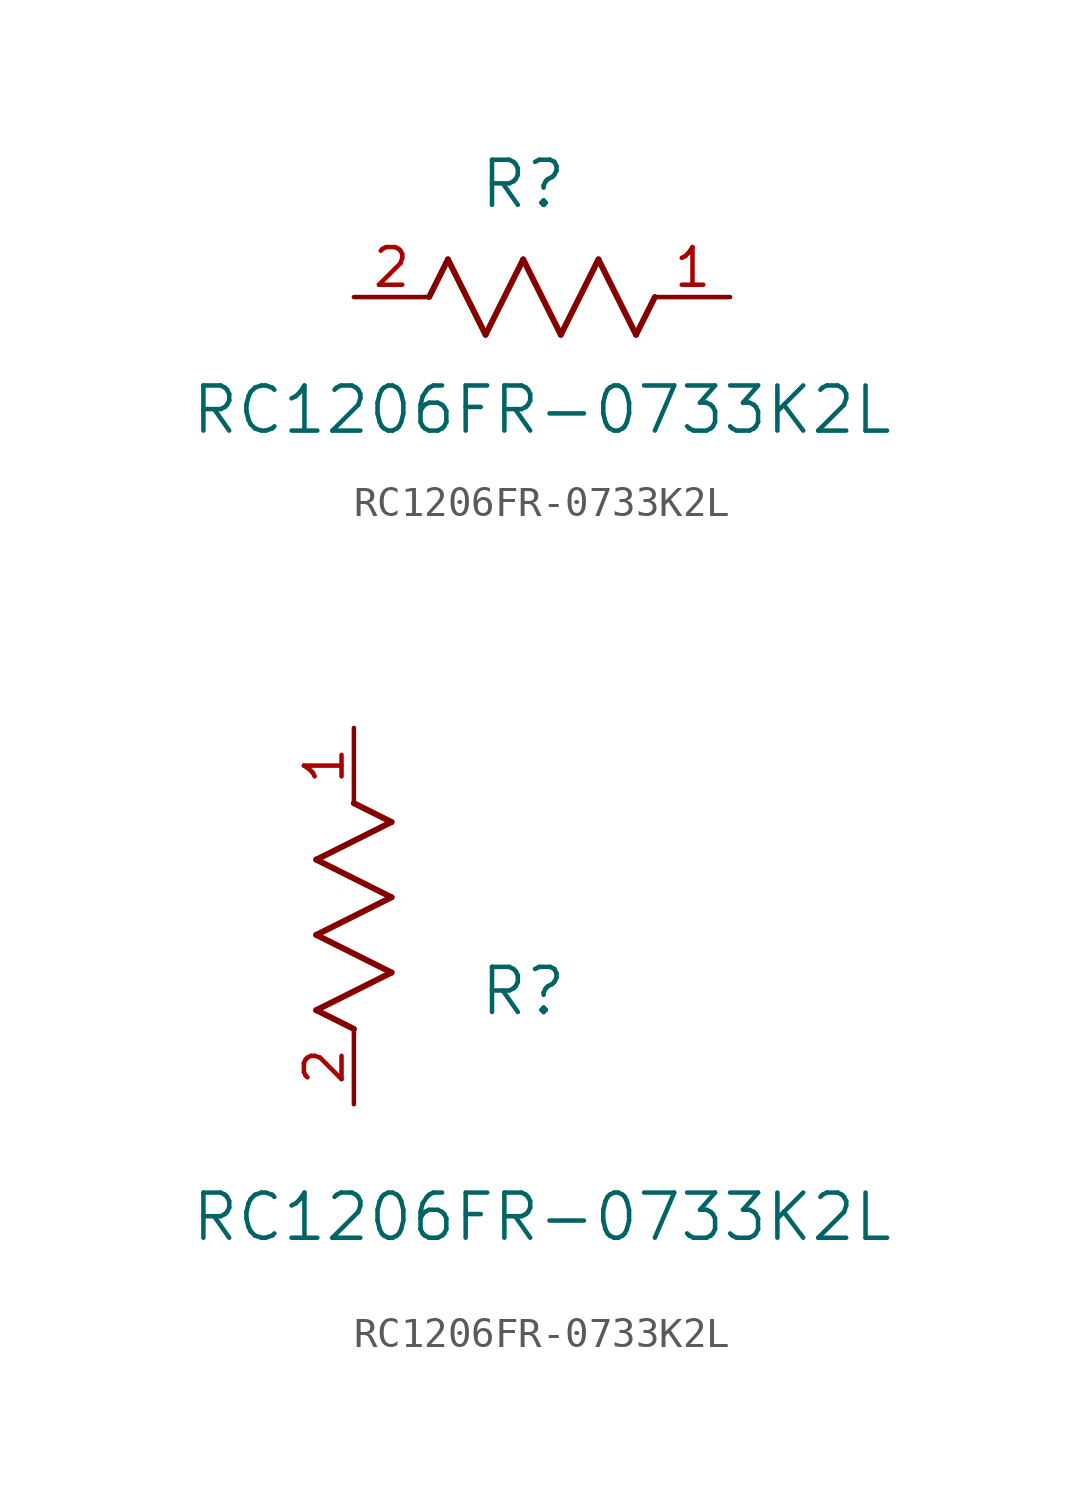
<source format=kicad_sym>
(kicad_symbol_lib
  (version 20211014)
  (generator kicad_symbol_editor)
  (symbol "RC1206FR-0733K2L"
    (pin_names
      (offset 0.254))
    (property "Reference" "R"
      (at 5.715 3.81 0)
      (effects (font (size 1.524 1.524))))
    (property "Value" "RC1206FR-0733K2L"
      (at 6.35 -3.81 0)
      (effects (font (size 1.524 1.524))))
    (symbol "RC1206FR-0733K2L_1_1"
      (polyline (pts (xy 3.175 1.27) (xy 4.445 -1.27)) (stroke (width 0.203) (type default) (color 0 0 0 0)) (fill (type none)))
      (polyline (pts (xy 4.445 -1.27) (xy 5.715 1.27)) (stroke (width 0.203) (type default) (color 0 0 0 0)) (fill (type none)))
      (polyline (pts (xy 5.715 1.27) (xy 6.985 -1.27)) (stroke (width 0.203) (type default) (color 0 0 0 0)) (fill (type none)))
      (polyline (pts (xy 6.985 -1.27) (xy 8.255 1.27)) (stroke (width 0.203) (type default) (color 0 0 0 0)) (fill (type none)))
      (polyline (pts (xy 8.255 1.27) (xy 9.525 -1.27)) (stroke (width 0.203) (type default) (color 0 0 0 0)) (fill (type none)))
      (polyline (pts (xy 2.54 0) (xy 3.175 1.27)) (stroke (width 0.203) (type default) (color 0 0 0 0)) (fill (type none)))
      (polyline (pts (xy 9.525 -1.27) (xy 10.16 0)) (stroke (width 0.203) (type default) (color 0 0 0 0)) (fill (type none)))
      (pin unspecified line (at 12.7 0 180) (length 2.54) (name "" (effects (font (size 1.27 1.27)))) (number "1" (effects (font (size 1.27 1.27)))))
      (pin unspecified line (at 0 0 0) (length 2.54) (name "" (effects (font (size 1.27 1.27)))) (number "2" (effects (font (size 1.27 1.27))))))
    (symbol "RC1206FR-0733K2L_1_2"
      (polyline (pts (xy 0 2.54) (xy -1.27 3.175)) (stroke (width 0.203) (type default) (color 0 0 0 0)) (fill (type none)))
      (polyline (pts (xy -1.27 3.175) (xy 1.27 4.445)) (stroke (width 0.203) (type default) (color 0 0 0 0)) (fill (type none)))
      (polyline (pts (xy 1.27 4.445) (xy -1.27 5.715)) (stroke (width 0.203) (type default) (color 0 0 0 0)) (fill (type none)))
      (polyline (pts (xy -1.27 5.715) (xy 1.27 6.985)) (stroke (width 0.203) (type default) (color 0 0 0 0)) (fill (type none)))
      (polyline (pts (xy -1.27 8.255) (xy 1.27 9.525)) (stroke (width 0.203) (type default) (color 0 0 0 0)) (fill (type none)))
      (polyline (pts (xy 1.27 9.525) (xy 0 10.16)) (stroke (width 0.203) (type default) (color 0 0 0 0)) (fill (type none)))
      (polyline (pts (xy 1.27 6.985) (xy -1.27 8.255)) (stroke (width 0.203) (type default) (color 0 0 0 0)) (fill (type none)))
      (pin unspecified line (at 0 12.7 270) (length 2.54) (name "" (effects (font (size 1.27 1.27)))) (number "1" (effects (font (size 1.27 1.27)))))
      (pin unspecified line (at 0 0 90) (length 2.54) (name "" (effects (font (size 1.27 1.27)))) (number "2" (effects (font (size 1.27 1.27))))))))
</source>
